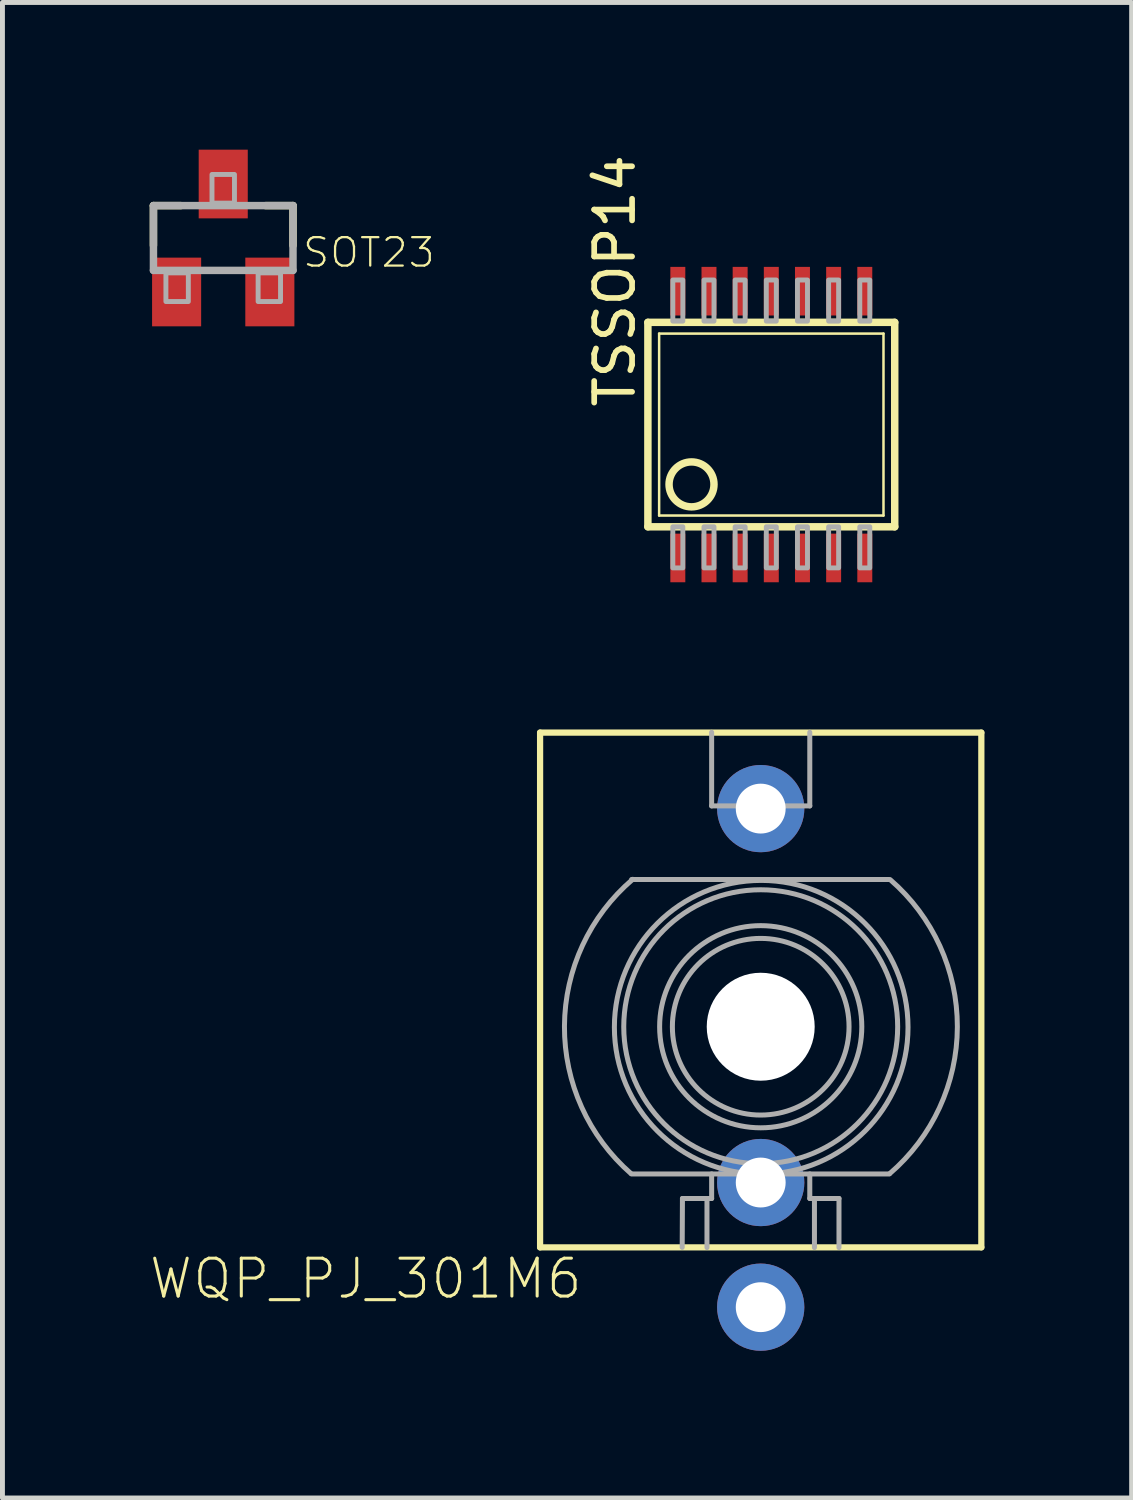
<source format=kicad_pcb>
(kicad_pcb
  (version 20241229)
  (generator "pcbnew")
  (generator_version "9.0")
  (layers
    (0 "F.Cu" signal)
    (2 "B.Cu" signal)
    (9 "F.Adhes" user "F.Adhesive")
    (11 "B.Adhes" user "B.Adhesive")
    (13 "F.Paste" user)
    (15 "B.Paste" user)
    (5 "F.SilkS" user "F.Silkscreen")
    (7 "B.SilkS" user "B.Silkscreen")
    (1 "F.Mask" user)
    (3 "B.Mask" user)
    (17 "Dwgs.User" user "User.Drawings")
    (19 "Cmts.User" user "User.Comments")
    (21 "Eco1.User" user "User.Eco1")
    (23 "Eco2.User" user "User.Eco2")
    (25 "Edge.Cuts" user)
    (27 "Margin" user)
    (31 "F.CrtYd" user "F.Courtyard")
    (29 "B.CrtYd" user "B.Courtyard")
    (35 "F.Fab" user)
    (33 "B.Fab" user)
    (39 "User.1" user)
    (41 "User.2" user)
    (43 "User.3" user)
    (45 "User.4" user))
  (footprint "WQP_PJ_301M6"
    (layer "F.Cu")
    (at 12.452 17.873)
    (property "Reference" "WQP_PJ_301M6" (at -3.596 4.683 180) (layer "F.SilkS") (effects (font (size 0.772 0.772) (thickness 0.062)) (justify right top)))
    (attr through_hole)
    (fp_line (start -4.496 -5.994) (end 4.496 -5.994) (stroke (width 0.127) (type solid)) (layer "F.SilkS"))
    (fp_line (start -4.496 4.496) (end -4.496 -5.994) (stroke (width 0.127) (type solid)) (layer "F.SilkS"))
    (fp_line (start 4.496 -5.994) (end 4.496 4.496) (stroke (width 0.127) (type solid)) (layer "F.SilkS"))
    (fp_line (start 4.496 4.496) (end -4.496 4.496) (stroke (width 0.127) (type solid)) (layer "F.SilkS"))
    (fp_line (start -2.631 -3) (end 2.62 -3) (stroke (width 0.102) (type solid)) (layer "F.Fab"))
    (fp_line (start -2.631 3) (end 2.62 3) (stroke (width 0.102) (type solid)) (layer "F.Fab"))
    (fp_line (start -1.6 4.496) (end -1.595 3.5) (stroke (width 0.102) (type solid)) (layer "F.Fab"))
    (fp_line (start -1.595 3.5) (end -1.095 3.5) (stroke (width 0.102) (type solid)) (layer "F.Fab"))
    (fp_line (start -1.095 3.5) (end -1.095 4.5) (stroke (width 0.102) (type solid)) (layer "F.Fab"))
    (fp_line (start -1.095 3.5) (end -1 3.5) (stroke (width 0.102) (type solid)) (layer "F.Fab"))
    (fp_line (start -1 -4.5) (end -1 -6) (stroke (width 0.102) (type solid)) (layer "F.Fab"))
    (fp_line (start -1 0) (end 1 0) (stroke (width 0.102) (type solid)) (layer "F.Fab"))
    (fp_line (start -1 3.5) (end -1 3) (stroke (width 0.102) (type solid)) (layer "F.Fab"))
    (fp_line (start 0 -1) (end 0 1) (stroke (width 0.102) (type solid)) (layer "F.Fab"))
    (fp_line (start 1 -6) (end 1 -4.5) (stroke (width 0.102) (type solid)) (layer "F.Fab"))
    (fp_line (start 1 -4.5) (end -1 -4.5) (stroke (width 0.102) (type solid)) (layer "F.Fab"))
    (fp_line (start 1 3) (end 1 3.5) (stroke (width 0.102) (type solid)) (layer "F.Fab"))
    (fp_line (start 1 3.5) (end 1.095 3.5) (stroke (width 0.102) (type solid)) (layer "F.Fab"))
    (fp_line (start 1.095 3.5) (end 1.095 4.5) (stroke (width 0.102) (type solid)) (layer "F.Fab"))
    (fp_line (start 1.095 3.5) (end 1.595 3.5) (stroke (width 0.102) (type solid)) (layer "F.Fab"))
    (fp_line (start 1.595 3.5) (end 1.595 4.5) (stroke (width 0.102) (type solid)) (layer "F.Fab"))
    (fp_arc (start -2.641998 2.994) (mid -3.999529 -0.012791) (end -2.608 -3.004) (stroke (width 0.1016) (type solid)) (layer "F.Fab"))
    (fp_arc (start 2.642 -2.994) (mid 4.007235 0.003208) (end 2.628 2.994) (stroke (width 0.1016) (type solid)) (layer "F.Fab"))
    (fp_circle (center 0 0) (end 1.8 0) (stroke (width 0.102) (type solid)) (fill no) (layer "F.Fab"))
    (fp_circle (center 0 0) (end 2.06 0) (stroke (width 0.102) (type solid)) (fill no) (layer "F.Fab"))
    (fp_circle (center 0 0) (end 2.791 0) (stroke (width 0.102) (type solid)) (fill no) (layer "F.Fab"))
    (fp_circle (center 0.01 0.01) (end 3.002 0.01) (stroke (width 0.102) (type solid)) (fill no) (layer "F.Fab"))
    (pad "" np_thru_hole circle (at 0 0) (size 2.2 2.2) (drill 2.2) (layers "*.Cu" "*.Mask"))
    (pad "P1" thru_hole circle (at 0 5.715) (size 1.778 1.778) (drill 1.016) (layers "*.Cu" "*.Mask"))
    (pad "P2" thru_hole circle (at 0 3.175) (size 1.778 1.778) (drill 1.016) (layers "*.Cu" "*.Mask"))
    (pad "P3" thru_hole circle (at 0 -4.445) (size 1.778 1.778) (drill 1.016) (layers "*.Cu" "*.Mask")))
  (footprint "SOT23"
    (layer "F.Cu")
    (at 1.499 1.8)
    (property "Reference" "SOT23" (at 1.587 0.635 180) (layer "F.SilkS") (effects (font (size 0.579 0.579) (thickness 0.046)) (justify left bottom)))
    (attr through_hole)
    (fp_line (start -1.422 -0.66) (end -0.864 -0.66) (stroke (width 0.152) (type solid)) (layer "F.SilkS"))
    (fp_line (start -1.422 0.152) (end -1.422 -0.66) (stroke (width 0.152) (type solid)) (layer "F.SilkS"))
    (fp_line (start 0.864 -0.66) (end 1.422 -0.66) (stroke (width 0.152) (type solid)) (layer "F.SilkS"))
    (fp_line (start 1.422 -0.66) (end 1.422 0.152) (stroke (width 0.152) (type solid)) (layer "F.SilkS"))
    (fp_line (start -1.422 -0.66) (end 1.422 -0.66) (stroke (width 0.152) (type solid)) (layer "F.Fab"))
    (fp_line (start -1.422 0.66) (end -1.422 -0.66) (stroke (width 0.152) (type solid)) (layer "F.Fab"))
    (fp_line (start 1.422 -0.66) (end 1.422 0.66) (stroke (width 0.152) (type solid)) (layer "F.Fab"))
    (fp_line (start 1.422 0.66) (end -1.422 0.66) (stroke (width 0.152) (type solid)) (layer "F.Fab"))
    (fp_poly (pts (xy -1.168 1.295) (xy -0.711 1.295) (xy -0.711 0.711) (xy -1.168 0.711)) (stroke (width 0.1) (type solid)) (fill no) (layer "F.Fab"))
    (fp_poly (pts (xy -0.229 -0.711) (xy 0.229 -0.711) (xy 0.229 -1.295) (xy -0.229 -1.295)) (stroke (width 0.1) (type solid)) (fill no) (layer "F.Fab"))
    (fp_poly (pts (xy 0.711 1.295) (xy 1.168 1.295) (xy 1.168 0.711) (xy 0.711 0.711)) (stroke (width 0.1) (type solid)) (fill no) (layer "F.Fab"))
    (pad "1" smd rect (at -0.95 1.1) (size 1 1.4) (layers "F.Cu" "F.Mask" "F.Paste"))
    (pad "2" smd rect (at 0.95 1.1) (size 1 1.4) (layers "F.Cu" "F.Mask" "F.Paste"))
    (pad "3" smd rect (at 0 -1.1) (size 1 1.4) (layers "F.Cu" "F.Mask" "F.Paste")))
  (footprint "TSSOP14"
    (layer "F.Cu")
    (at 12.668 5.602)
    (property "Reference" "TSSOP14" (at -2.737 -0.298 90) (layer "F.SilkS") (effects (font (size 0.772 0.772) (thickness 0.116)) (justify left bottom)))
    (attr through_hole)
    (fp_line (start -2.515 2.083) (end -2.515 -2.083) (stroke (width 0.152) (type solid)) (layer "F.SilkS"))
    (fp_line (start -2.515 2.083) (end 2.515 2.083) (stroke (width 0.152) (type solid)) (layer "F.SilkS"))
    (fp_line (start -2.286 1.854) (end -2.286 -1.854) (stroke (width 0.051) (type solid)) (layer "F.SilkS"))
    (fp_line (start -2.286 1.854) (end 2.286 1.854) (stroke (width 0.051) (type solid)) (layer "F.SilkS"))
    (fp_line (start 2.286 -1.854) (end -2.286 -1.854) (stroke (width 0.051) (type solid)) (layer "F.SilkS"))
    (fp_line (start 2.286 -1.854) (end 2.286 1.854) (stroke (width 0.051) (type solid)) (layer "F.SilkS"))
    (fp_line (start 2.515 -2.083) (end -2.515 -2.083) (stroke (width 0.152) (type solid)) (layer "F.SilkS"))
    (fp_line (start 2.515 -2.083) (end 2.515 2.083) (stroke (width 0.152) (type solid)) (layer "F.SilkS"))
    (fp_circle (center -1.626 1.219) (end -1.168 1.219) (stroke (width 0.152) (type solid)) (fill no) (layer "F.SilkS"))
    (fp_poly (pts (xy -2.007 -2.108) (xy -1.803 -2.108) (xy -1.803 -2.946) (xy -2.007 -2.946)) (stroke (width 0.1) (type solid)) (fill no) (layer "F.Fab"))
    (fp_poly (pts (xy -2.007 2.921) (xy -1.803 2.921) (xy -1.803 2.083) (xy -2.007 2.083)) (stroke (width 0.1) (type solid)) (fill no) (layer "F.Fab"))
    (fp_poly (pts (xy -1.372 -2.108) (xy -1.168 -2.108) (xy -1.168 -2.946) (xy -1.372 -2.946)) (stroke (width 0.1) (type solid)) (fill no) (layer "F.Fab"))
    (fp_poly (pts (xy -1.372 2.921) (xy -1.168 2.921) (xy -1.168 2.083) (xy -1.372 2.083)) (stroke (width 0.1) (type solid)) (fill no) (layer "F.Fab"))
    (fp_poly (pts (xy -0.737 -2.108) (xy -0.533 -2.108) (xy -0.533 -2.946) (xy -0.737 -2.946)) (stroke (width 0.1) (type solid)) (fill no) (layer "F.Fab"))
    (fp_poly (pts (xy -0.737 2.921) (xy -0.533 2.921) (xy -0.533 2.083) (xy -0.737 2.083)) (stroke (width 0.1) (type solid)) (fill no) (layer "F.Fab"))
    (fp_poly (pts (xy -0.102 -2.108) (xy 0.102 -2.108) (xy 0.102 -2.946) (xy -0.102 -2.946)) (stroke (width 0.1) (type solid)) (fill no) (layer "F.Fab"))
    (fp_poly (pts (xy -0.102 2.921) (xy 0.102 2.921) (xy 0.102 2.083) (xy -0.102 2.083)) (stroke (width 0.1) (type solid)) (fill no) (layer "F.Fab"))
    (fp_poly (pts (xy 0.533 -2.108) (xy 0.737 -2.108) (xy 0.737 -2.946) (xy 0.533 -2.946)) (stroke (width 0.1) (type solid)) (fill no) (layer "F.Fab"))
    (fp_poly (pts (xy 0.533 2.921) (xy 0.737 2.921) (xy 0.737 2.083) (xy 0.533 2.083)) (stroke (width 0.1) (type solid)) (fill no) (layer "F.Fab"))
    (fp_poly (pts (xy 1.168 -2.108) (xy 1.372 -2.108) (xy 1.372 -2.946) (xy 1.168 -2.946)) (stroke (width 0.1) (type solid)) (fill no) (layer "F.Fab"))
    (fp_poly (pts (xy 1.168 2.921) (xy 1.372 2.921) (xy 1.372 2.083) (xy 1.168 2.083)) (stroke (width 0.1) (type solid)) (fill no) (layer "F.Fab"))
    (fp_poly (pts (xy 1.803 -2.108) (xy 2.007 -2.108) (xy 2.007 -2.946) (xy 1.803 -2.946)) (stroke (width 0.1) (type solid)) (fill no) (layer "F.Fab"))
    (fp_poly (pts (xy 1.803 2.921) (xy 2.007 2.921) (xy 2.007 2.083) (xy 1.803 2.083)) (stroke (width 0.1) (type solid)) (fill no) (layer "F.Fab"))
    (pad "1" smd rect (at -1.905 2.718) (size 0.305 0.991) (layers "F.Cu" "F.Mask" "F.Paste"))
    (pad "2" smd rect (at -1.27 2.718) (size 0.305 0.991) (layers "F.Cu" "F.Mask" "F.Paste"))
    (pad "3" smd rect (at -0.635 2.718) (size 0.305 0.991) (layers "F.Cu" "F.Mask" "F.Paste"))
    (pad "4" smd rect (at 0 2.718) (size 0.305 0.991) (layers "F.Cu" "F.Mask" "F.Paste"))
    (pad "5" smd rect (at 0.635 2.718) (size 0.305 0.991) (layers "F.Cu" "F.Mask" "F.Paste"))
    (pad "6" smd rect (at 1.27 2.718) (size 0.305 0.991) (layers "F.Cu" "F.Mask" "F.Paste"))
    (pad "7" smd rect (at 1.905 2.718) (size 0.305 0.991) (layers "F.Cu" "F.Mask" "F.Paste"))
    (pad "8" smd rect (at 1.905 -2.718) (size 0.305 0.991) (layers "F.Cu" "F.Mask" "F.Paste"))
    (pad "9" smd rect (at 1.27 -2.718) (size 0.305 0.991) (layers "F.Cu" "F.Mask" "F.Paste"))
    (pad "10" smd rect (at 0.635 -2.718) (size 0.305 0.991) (layers "F.Cu" "F.Mask" "F.Paste"))
    (pad "11" smd rect (at 0 -2.718) (size 0.305 0.991) (layers "F.Cu" "F.Mask" "F.Paste"))
    (pad "12" smd rect (at -0.635 -2.718) (size 0.305 0.991) (layers "F.Cu" "F.Mask" "F.Paste"))
    (pad "13" smd rect (at -1.27 -2.718) (size 0.305 0.991) (layers "F.Cu" "F.Mask" "F.Paste"))
    (pad "14" smd rect (at -1.905 -2.718) (size 0.305 0.991) (layers "F.Cu" "F.Mask" "F.Paste")))
  (gr_rect
    (start -3 -3)
    (end 20.011 27.477)
    (stroke (width 0.1) (type default))
    (fill no)
    (layer "Edge.Cuts")))
</source>
